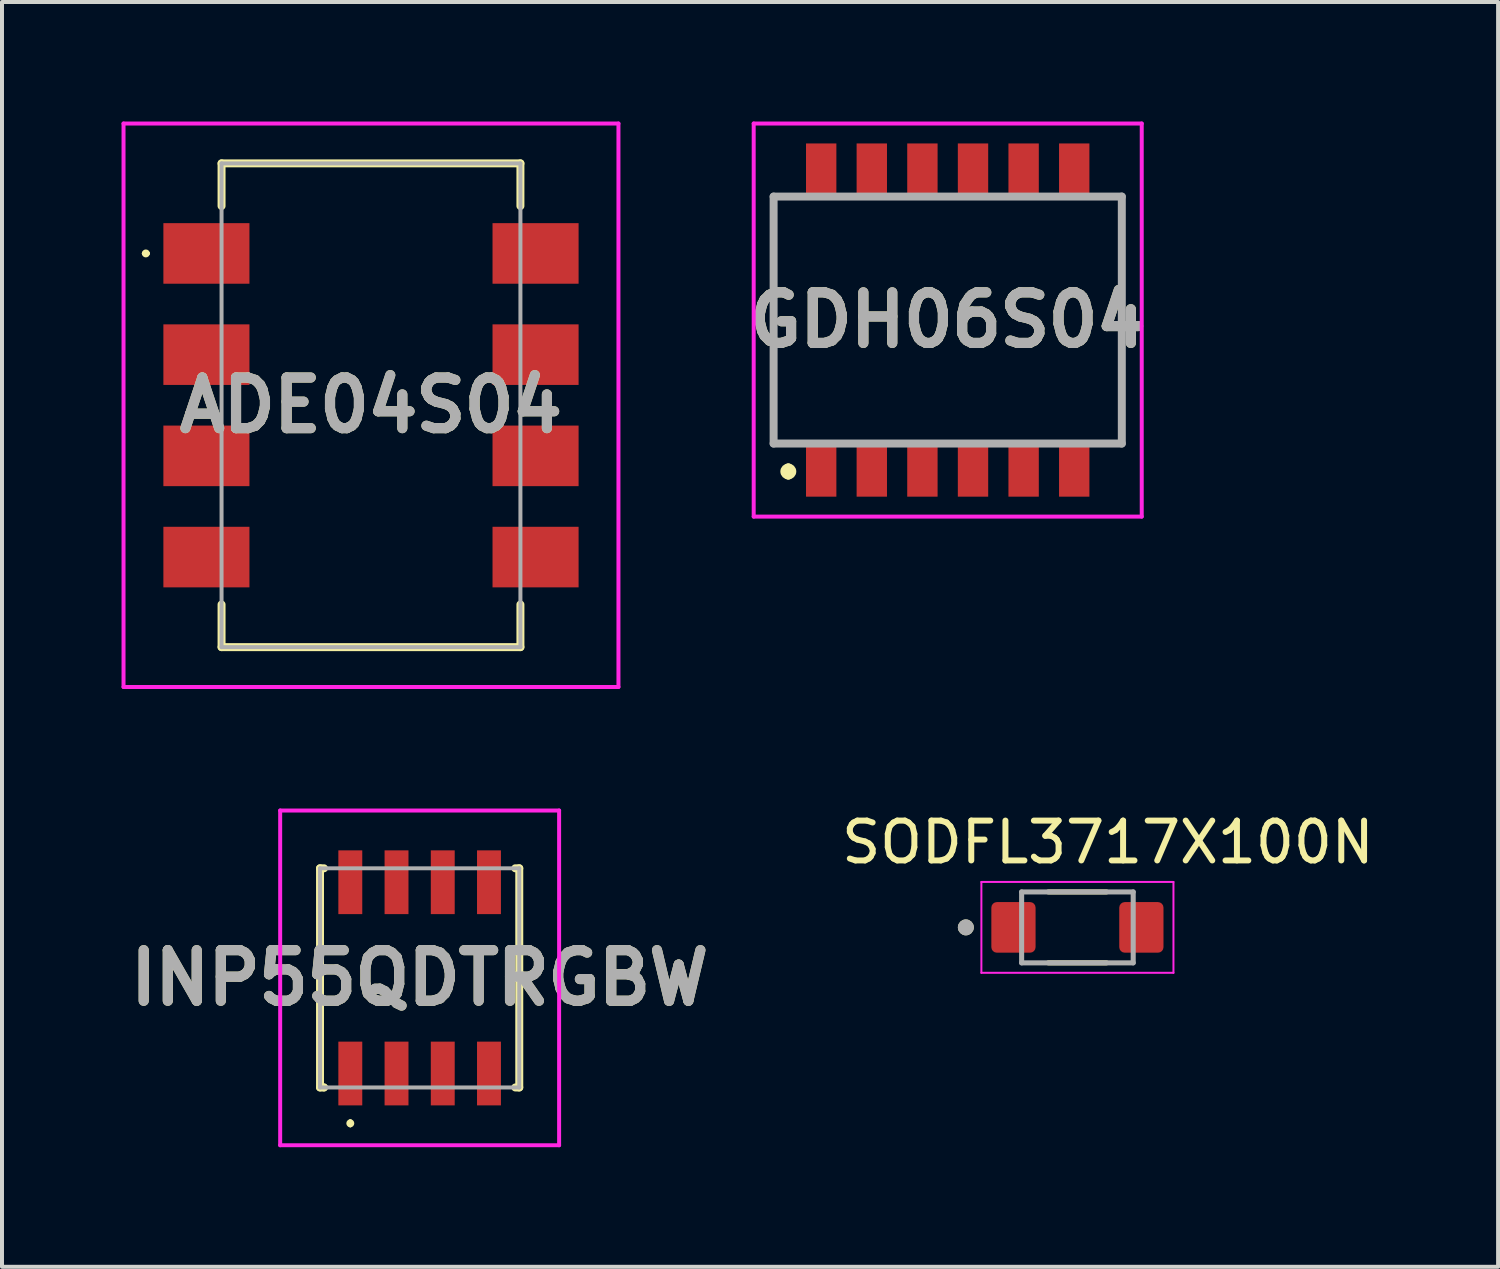
<source format=kicad_pcb>
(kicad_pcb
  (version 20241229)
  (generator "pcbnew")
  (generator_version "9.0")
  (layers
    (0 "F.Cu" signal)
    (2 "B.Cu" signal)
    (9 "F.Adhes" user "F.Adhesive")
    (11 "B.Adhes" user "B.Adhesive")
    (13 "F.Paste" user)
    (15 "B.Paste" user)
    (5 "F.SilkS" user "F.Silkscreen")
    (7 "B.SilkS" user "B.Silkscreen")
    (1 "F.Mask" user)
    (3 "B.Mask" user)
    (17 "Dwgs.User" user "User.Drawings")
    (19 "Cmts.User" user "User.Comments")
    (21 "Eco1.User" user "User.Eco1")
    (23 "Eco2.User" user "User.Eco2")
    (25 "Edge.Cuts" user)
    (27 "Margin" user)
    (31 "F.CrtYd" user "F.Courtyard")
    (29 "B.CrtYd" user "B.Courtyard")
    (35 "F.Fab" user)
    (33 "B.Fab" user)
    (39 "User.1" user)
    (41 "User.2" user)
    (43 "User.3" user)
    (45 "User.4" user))
  (footprint "INP55QDTRGBW"
    (layer "F.Cu")
    (at 7.481 21.49)
    (property "Reference" "INP55QDTRGBW" (at 0 0 0) (layer "F.SilkS") (effects (font (size 1.27 1.27) (thickness 0.254))))
    (attr smd)
    (fp_line (start -2.5 -2.75) (end -2.5 2.75) (stroke (width 0.2) (type solid)) (layer "F.SilkS"))
    (fp_line (start -2.5 2.75) (end -2.4 2.75) (stroke (width 0.2) (type solid)) (layer "F.SilkS"))
    (fp_line (start -2.4 -2.75) (end -2.5 -2.75) (stroke (width 0.2) (type solid)) (layer "F.SilkS"))
    (fp_line (start -2.4 2.75) (end -2.4 2.75) (stroke (width 0.2) (type solid)) (layer "F.SilkS"))
    (fp_line (start -1.74 3.6) (end -1.74 3.6) (stroke (width 0.1) (type solid)) (layer "F.SilkS"))
    (fp_line (start -1.74 3.7) (end -1.74 3.7) (stroke (width 0.1) (type solid)) (layer "F.SilkS"))
    (fp_line (start 2.4 -2.75) (end 2.5 -2.75) (stroke (width 0.2) (type solid)) (layer "F.SilkS"))
    (fp_line (start 2.5 -2.75) (end 2.5 2.75) (stroke (width 0.2) (type solid)) (layer "F.SilkS"))
    (fp_line (start 2.5 2.75) (end 2.4 2.75) (stroke (width 0.2) (type solid)) (layer "F.SilkS"))
    (fp_arc (start -1.74 3.6) (mid -1.69 3.65) (end -1.74 3.7) (stroke (width 0.1) (type solid)) (layer "F.SilkS"))
    (fp_arc (start -1.74 3.7) (mid -1.79 3.65) (end -1.74 3.6) (stroke (width 0.1) (type solid)) (layer "F.SilkS"))
    (fp_line (start -3.5 -4.2) (end 3.5 -4.2) (stroke (width 0.1) (type solid)) (layer "F.CrtYd"))
    (fp_line (start -3.5 4.2) (end -3.5 -4.2) (stroke (width 0.1) (type solid)) (layer "F.CrtYd"))
    (fp_line (start 3.5 -4.2) (end 3.5 4.2) (stroke (width 0.1) (type solid)) (layer "F.CrtYd"))
    (fp_line (start 3.5 4.2) (end -3.5 4.2) (stroke (width 0.1) (type solid)) (layer "F.CrtYd"))
    (fp_line (start -2.5 -2.75) (end 2.5 -2.75) (stroke (width 0.1) (type solid)) (layer "F.Fab"))
    (fp_line (start -2.5 2.75) (end -2.5 -2.75) (stroke (width 0.1) (type solid)) (layer "F.Fab"))
    (fp_line (start 2.5 -2.75) (end 2.5 2.75) (stroke (width 0.1) (type solid)) (layer "F.Fab"))
    (fp_line (start 2.5 2.75) (end -2.5 2.75) (stroke (width 0.1) (type solid)) (layer "F.Fab"))
    (fp_text user "${REFERENCE}" (at 0 0 0) (layer "F.Fab") (effects (font (size 1.27 1.27) (thickness 0.254))))
    (pad "1" smd rect (at -1.74 2.4) (size 0.6 1.6) (layers "F.Cu" "F.Mask" "F.Paste"))
    (pad "2" smd rect (at -0.58 2.4) (size 0.6 1.6) (layers "F.Cu" "F.Mask" "F.Paste"))
    (pad "3" smd rect (at 0.58 2.4) (size 0.6 1.6) (layers "F.Cu" "F.Mask" "F.Paste"))
    (pad "4" smd rect (at 1.74 2.4) (size 0.6 1.6) (layers "F.Cu" "F.Mask" "F.Paste"))
    (pad "5" smd rect (at 1.74 -2.4) (size 0.6 1.6) (layers "F.Cu" "F.Mask" "F.Paste"))
    (pad "6" smd rect (at 0.58 -2.4) (size 0.6 1.6) (layers "F.Cu" "F.Mask" "F.Paste"))
    (pad "7" smd rect (at -0.58 -2.4) (size 0.6 1.6) (layers "F.Cu" "F.Mask" "F.Paste"))
    (pad "8" smd rect (at -1.74 -2.4) (size 0.6 1.6) (layers "F.Cu" "F.Mask" "F.Paste")))
  (footprint "SODFL3717X100N"
    (layer "F.Cu")
    (at 23.988 20.223)
    (property "Reference" "SODFL3717X100N" (at 0.765 -2.135 0) (layer "F.SilkS") (effects (font (size 1 1) (thickness 0.15))))
    (attr smd)
    (fp_line (start -0.73 -0.89) (end 0.73 -0.89) (stroke (width 0.127) (type solid)) (layer "F.SilkS"))
    (fp_line (start -0.73 0.89) (end 0.73 0.89) (stroke (width 0.127) (type solid)) (layer "F.SilkS"))
    (fp_circle (center -2.8 0) (end -2.7 0) (stroke (width 0.2) (type solid)) (fill no) (layer "F.SilkS"))
    (fp_line (start -2.41 -1.14) (end -2.41 1.14) (stroke (width 0.05) (type solid)) (layer "F.CrtYd"))
    (fp_line (start -2.41 1.14) (end 2.41 1.14) (stroke (width 0.05) (type solid)) (layer "F.CrtYd"))
    (fp_line (start 2.41 -1.14) (end -2.41 -1.14) (stroke (width 0.05) (type solid)) (layer "F.CrtYd"))
    (fp_line (start 2.41 1.14) (end 2.41 -1.14) (stroke (width 0.05) (type solid)) (layer "F.CrtYd"))
    (fp_line (start -1.4 -0.89) (end -1.4 0.89) (stroke (width 0.127) (type solid)) (layer "F.Fab"))
    (fp_line (start -1.4 0.89) (end 1.4 0.89) (stroke (width 0.127) (type solid)) (layer "F.Fab"))
    (fp_line (start 1.4 -0.89) (end -1.4 -0.89) (stroke (width 0.127) (type solid)) (layer "F.Fab"))
    (fp_line (start 1.4 0.89) (end 1.4 -0.89) (stroke (width 0.127) (type solid)) (layer "F.Fab"))
    (fp_circle (center -2.8 0) (end -2.7 0) (stroke (width 0.2) (type solid)) (fill no) (layer "F.Fab"))
    (pad "1" smd roundrect (at -1.605 0) (size 1.11 1.27) (layers "F.Cu" "F.Mask" "F.Paste") (roundrect_rratio 0.125))
    (pad "2" smd roundrect (at 1.605 0) (size 1.11 1.27) (layers "F.Cu" "F.Mask" "F.Paste") (roundrect_rratio 0.125)))
  (footprint "ADE04S04"
    (layer "F.Cu")
    (at 6.26 7.12)
    (property "Reference" "ADE04S04" (at 0 0 0) (layer "F.SilkS") (effects (font (size 1.27 1.27) (thickness 0.254))))
    (attr smd)
    (fp_line (start -5.7 -3.81) (end -5.7 -3.81) (stroke (width 0.1) (type solid)) (layer "F.SilkS"))
    (fp_line (start -5.6 -3.81) (end -5.6 -3.81) (stroke (width 0.1) (type solid)) (layer "F.SilkS"))
    (fp_line (start -3.75 -6.07) (end 3.75 -6.07) (stroke (width 0.2) (type solid)) (layer "F.SilkS"))
    (fp_line (start -3.75 -5) (end -3.75 -6.07) (stroke (width 0.2) (type solid)) (layer "F.SilkS"))
    (fp_line (start -3.75 5) (end -3.75 6.07) (stroke (width 0.2) (type solid)) (layer "F.SilkS"))
    (fp_line (start -3.75 6.07) (end 3.75 6.07) (stroke (width 0.2) (type solid)) (layer "F.SilkS"))
    (fp_line (start 3.75 -6.07) (end 3.75 -5) (stroke (width 0.2) (type solid)) (layer "F.SilkS"))
    (fp_line (start 3.75 6.07) (end 3.75 5) (stroke (width 0.2) (type solid)) (layer "F.SilkS"))
    (fp_arc (start -5.7 -3.81) (mid -5.65 -3.86) (end -5.6 -3.81) (stroke (width 0.1) (type solid)) (layer "F.SilkS"))
    (fp_arc (start -5.6 -3.81) (mid -5.65 -3.76) (end -5.7 -3.81) (stroke (width 0.1) (type solid)) (layer "F.SilkS"))
    (fp_line (start -6.21 -7.07) (end 6.21 -7.07) (stroke (width 0.1) (type solid)) (layer "F.CrtYd"))
    (fp_line (start -6.21 7.07) (end -6.21 -7.07) (stroke (width 0.1) (type solid)) (layer "F.CrtYd"))
    (fp_line (start 6.21 -7.07) (end 6.21 7.07) (stroke (width 0.1) (type solid)) (layer "F.CrtYd"))
    (fp_line (start 6.21 7.07) (end -6.21 7.07) (stroke (width 0.1) (type solid)) (layer "F.CrtYd"))
    (fp_line (start -3.75 -6.07) (end 3.75 -6.07) (stroke (width 0.1) (type solid)) (layer "F.Fab"))
    (fp_line (start -3.75 6.07) (end -3.75 -6.07) (stroke (width 0.1) (type solid)) (layer "F.Fab"))
    (fp_line (start 3.75 -6.07) (end 3.75 6.07) (stroke (width 0.1) (type solid)) (layer "F.Fab"))
    (fp_line (start 3.75 6.07) (end -3.75 6.07) (stroke (width 0.1) (type solid)) (layer "F.Fab"))
    (fp_text user "${REFERENCE}" (at 0 0 0) (layer "F.Fab") (effects (font (size 1.27 1.27) (thickness 0.254))))
    (pad "A1" smd rect (at -4.13 -3.81 90) (size 1.52 2.16) (layers "F.Cu" "F.Mask" "F.Paste"))
    (pad "A2" smd rect (at -4.13 -1.27 90) (size 1.52 2.16) (layers "F.Cu" "F.Mask" "F.Paste"))
    (pad "A3" smd rect (at -4.13 1.27 90) (size 1.52 2.16) (layers "F.Cu" "F.Mask" "F.Paste"))
    (pad "A4" smd rect (at -4.13 3.81 90) (size 1.52 2.16) (layers "F.Cu" "F.Mask" "F.Paste"))
    (pad "B1" smd rect (at 4.13 -3.81 90) (size 1.52 2.16) (layers "F.Cu" "F.Mask" "F.Paste"))
    (pad "B2" smd rect (at 4.13 -1.27 90) (size 1.52 2.16) (layers "F.Cu" "F.Mask" "F.Paste"))
    (pad "B3" smd rect (at 4.13 1.27 90) (size 1.52 2.16) (layers "F.Cu" "F.Mask" "F.Paste"))
    (pad "B4" smd rect (at 4.13 3.81 90) (size 1.52 2.16) (layers "F.Cu" "F.Mask" "F.Paste")))
  (footprint "GDH06S04"
    (layer "F.Cu")
    (at 20.733 4.982)
    (property "Reference" "GDH06S04" (at 0 0 0) (layer "F.SilkS") (effects (font (size 1.27 1.27) (thickness 0.254))))
    (attr smd)
    (fp_line (start -4.369 -3.099) (end -4.369 3.099) (stroke (width 0.1) (type solid)) (layer "F.SilkS"))
    (fp_line (start -4 3.7) (end -4 3.7) (stroke (width 0.2) (type solid)) (layer "F.SilkS"))
    (fp_line (start -4 3.9) (end -4 3.9) (stroke (width 0.2) (type solid)) (layer "F.SilkS"))
    (fp_line (start 4.369 -3.099) (end 4.369 3.099) (stroke (width 0.1) (type solid)) (layer "F.SilkS"))
    (fp_arc (start -4 3.7) (mid -3.9 3.8) (end -4 3.9) (stroke (width 0.2) (type solid)) (layer "F.SilkS"))
    (fp_arc (start -4 3.9) (mid -4.1 3.8) (end -4 3.7) (stroke (width 0.2) (type solid)) (layer "F.SilkS"))
    (fp_line (start -4.869 -4.932) (end 4.869 -4.932) (stroke (width 0.1) (type solid)) (layer "F.CrtYd"))
    (fp_line (start -4.869 4.932) (end -4.869 -4.932) (stroke (width 0.1) (type solid)) (layer "F.CrtYd"))
    (fp_line (start 4.869 -4.932) (end 4.869 4.932) (stroke (width 0.1) (type solid)) (layer "F.CrtYd"))
    (fp_line (start 4.869 4.932) (end -4.869 4.932) (stroke (width 0.1) (type solid)) (layer "F.CrtYd"))
    (fp_line (start -4.369 -3.099) (end 4.369 -3.099) (stroke (width 0.2) (type solid)) (layer "F.Fab"))
    (fp_line (start -4.369 3.099) (end -4.369 -3.099) (stroke (width 0.2) (type solid)) (layer "F.Fab"))
    (fp_line (start 4.369 -3.099) (end 4.369 3.099) (stroke (width 0.2) (type solid)) (layer "F.Fab"))
    (fp_line (start 4.369 3.099) (end -4.369 3.099) (stroke (width 0.2) (type solid)) (layer "F.Fab"))
    (fp_text user "${REFERENCE}" (at 0 0 0) (layer "F.Fab") (effects (font (size 1.27 1.27) (thickness 0.254))))
    (pad "1" smd rect (at -3.175 3.797) (size 0.762 1.27) (layers "F.Cu" "F.Mask" "F.Paste"))
    (pad "2" smd rect (at -1.905 3.797) (size 0.762 1.27) (layers "F.Cu" "F.Mask" "F.Paste"))
    (pad "3" smd rect (at -0.635 3.797) (size 0.762 1.27) (layers "F.Cu" "F.Mask" "F.Paste"))
    (pad "4" smd rect (at 0.635 3.797) (size 0.762 1.27) (layers "F.Cu" "F.Mask" "F.Paste"))
    (pad "5" smd rect (at 1.905 3.797) (size 0.762 1.27) (layers "F.Cu" "F.Mask" "F.Paste"))
    (pad "6" smd rect (at 3.175 3.797) (size 0.762 1.27) (layers "F.Cu" "F.Mask" "F.Paste"))
    (pad "7" smd rect (at 3.175 -3.797) (size 0.762 1.27) (layers "F.Cu" "F.Mask" "F.Paste"))
    (pad "8" smd rect (at 1.905 -3.797) (size 0.762 1.27) (layers "F.Cu" "F.Mask" "F.Paste"))
    (pad "9" smd rect (at 0.635 -3.797) (size 0.762 1.27) (layers "F.Cu" "F.Mask" "F.Paste"))
    (pad "10" smd rect (at -0.635 -3.797) (size 0.762 1.27) (layers "F.Cu" "F.Mask" "F.Paste"))
    (pad "11" smd rect (at -1.905 -3.797) (size 0.762 1.27) (layers "F.Cu" "F.Mask" "F.Paste"))
    (pad "12" smd rect (at -3.175 -3.797) (size 0.762 1.27) (layers "F.Cu" "F.Mask" "F.Paste")))
  (gr_rect
    (start -3 -3)
    (end 34.545 28.74)
    (stroke (width 0.1) (type default))
    (fill no)
    (layer "Edge.Cuts")))
</source>
